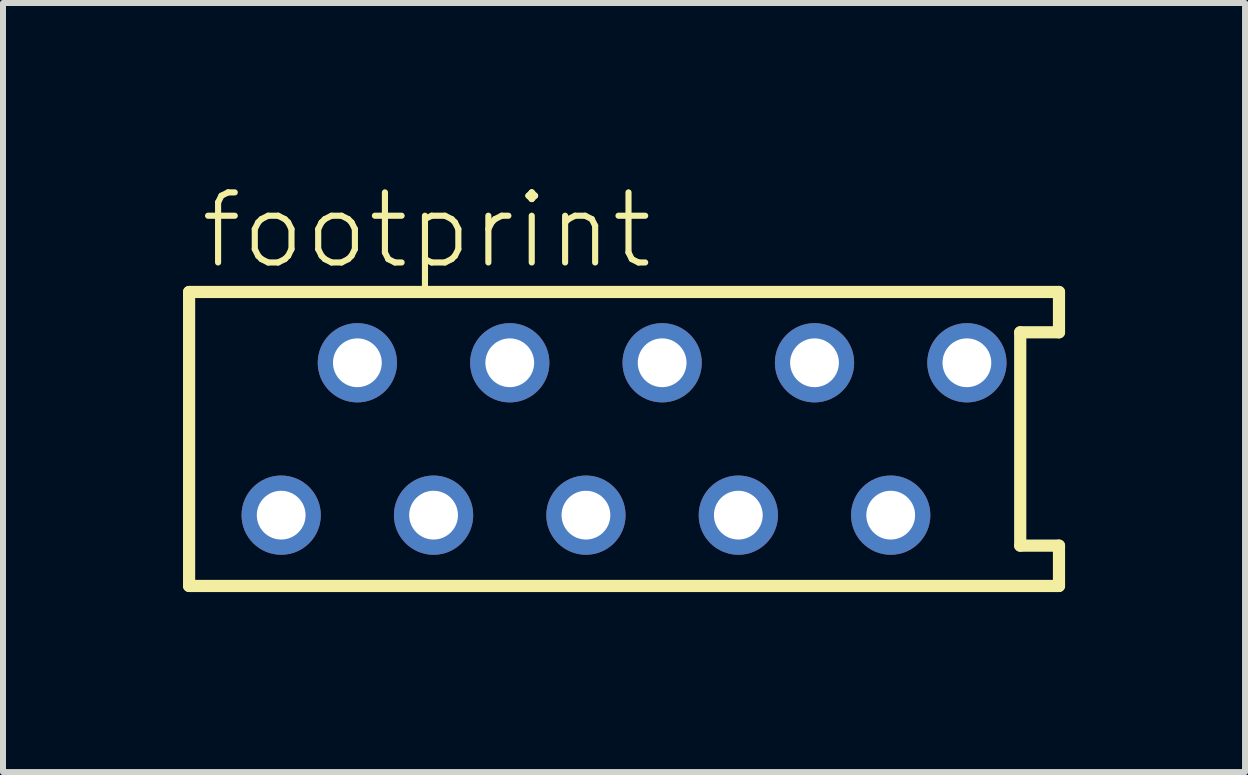
<source format=kicad_pcb>
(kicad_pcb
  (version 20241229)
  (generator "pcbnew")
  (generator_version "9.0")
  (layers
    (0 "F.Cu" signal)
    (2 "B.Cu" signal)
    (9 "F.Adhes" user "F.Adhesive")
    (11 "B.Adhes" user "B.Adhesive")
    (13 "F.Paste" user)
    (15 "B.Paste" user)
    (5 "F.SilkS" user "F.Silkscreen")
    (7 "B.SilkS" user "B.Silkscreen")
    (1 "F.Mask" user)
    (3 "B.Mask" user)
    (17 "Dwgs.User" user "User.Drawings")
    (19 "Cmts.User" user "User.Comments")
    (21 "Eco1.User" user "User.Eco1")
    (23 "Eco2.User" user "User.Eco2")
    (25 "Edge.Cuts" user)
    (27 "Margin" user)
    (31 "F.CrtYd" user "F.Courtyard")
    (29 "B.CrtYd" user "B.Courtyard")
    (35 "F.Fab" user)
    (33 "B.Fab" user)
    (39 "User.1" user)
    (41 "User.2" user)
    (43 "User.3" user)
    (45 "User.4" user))
  (footprint "footprint"
    (layer "F.Cu")
    (at 7.352 4.267)
    (property "Reference" "footprint" (at -7.112 -2.794 0) (layer "F.SilkS") (effects (font (size 1.168 1.168) (thickness 0.102)) (justify left bottom)))
    (fp_line (start -7.25 -2.45) (end -7.25 2.45) (stroke (width 0.203) (type solid)) (layer "F.SilkS"))
    (fp_line (start -7.25 2.45) (end 7.25 2.45) (stroke (width 0.203) (type solid)) (layer "F.SilkS"))
    (fp_line (start 6.604 -1.778) (end 7.25 -1.778) (stroke (width 0.203) (type solid)) (layer "F.SilkS"))
    (fp_line (start 6.604 1.778) (end 6.604 -1.778) (stroke (width 0.203) (type solid)) (layer "F.SilkS"))
    (fp_line (start 7.25 -2.45) (end -7.25 -2.45) (stroke (width 0.203) (type solid)) (layer "F.SilkS"))
    (fp_line (start 7.25 -1.778) (end 7.25 -2.45) (stroke (width 0.203) (type solid)) (layer "F.SilkS"))
    (fp_line (start 7.25 1.778) (end 6.604 1.778) (stroke (width 0.203) (type solid)) (layer "F.SilkS"))
    (fp_line (start 7.25 2.45) (end 7.25 1.778) (stroke (width 0.203) (type solid)) (layer "F.SilkS"))
    (pad "1" thru_hole circle (at -5.715 1.27) (size 1.321 1.321) (drill 0.813) (layers "*.Cu" "*.Mask"))
    (pad "2" thru_hole circle (at -4.445 -1.27) (size 1.321 1.321) (drill 0.813) (layers "*.Cu" "*.Mask"))
    (pad "3" thru_hole circle (at -3.175 1.27) (size 1.321 1.321) (drill 0.813) (layers "*.Cu" "*.Mask"))
    (pad "4" thru_hole circle (at -1.905 -1.27) (size 1.321 1.321) (drill 0.813) (layers "*.Cu" "*.Mask"))
    (pad "5" thru_hole circle (at -0.635 1.27) (size 1.321 1.321) (drill 0.813) (layers "*.Cu" "*.Mask"))
    (pad "6" thru_hole circle (at 0.635 -1.27) (size 1.321 1.321) (drill 0.813) (layers "*.Cu" "*.Mask"))
    (pad "7" thru_hole circle (at 1.905 1.27) (size 1.321 1.321) (drill 0.813) (layers "*.Cu" "*.Mask"))
    (pad "8" thru_hole circle (at 3.175 -1.27) (size 1.321 1.321) (drill 0.813) (layers "*.Cu" "*.Mask"))
    (pad "9" thru_hole circle (at 4.445 1.27) (size 1.321 1.321) (drill 0.813) (layers "*.Cu" "*.Mask"))
    (pad "10" thru_hole circle (at 5.715 -1.27) (size 1.321 1.321) (drill 0.813) (layers "*.Cu" "*.Mask")))
  (gr_rect
    (start -3 -3)
    (end 17.703 9.819)
    (stroke (width 0.1) (type default))
    (fill no)
    (layer "Edge.Cuts")))
</source>
